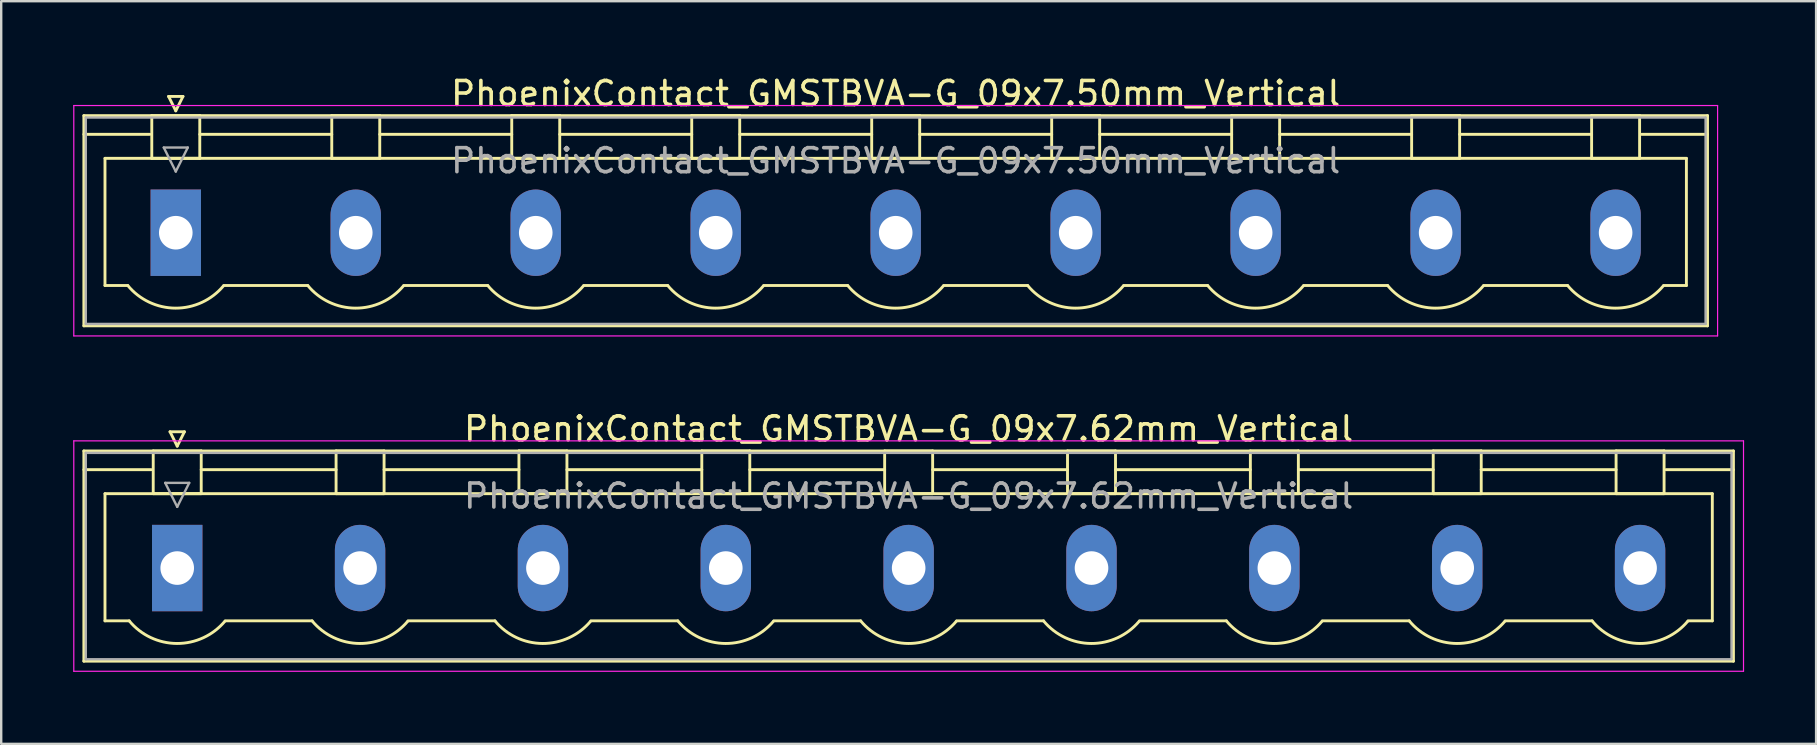
<source format=kicad_pcb>
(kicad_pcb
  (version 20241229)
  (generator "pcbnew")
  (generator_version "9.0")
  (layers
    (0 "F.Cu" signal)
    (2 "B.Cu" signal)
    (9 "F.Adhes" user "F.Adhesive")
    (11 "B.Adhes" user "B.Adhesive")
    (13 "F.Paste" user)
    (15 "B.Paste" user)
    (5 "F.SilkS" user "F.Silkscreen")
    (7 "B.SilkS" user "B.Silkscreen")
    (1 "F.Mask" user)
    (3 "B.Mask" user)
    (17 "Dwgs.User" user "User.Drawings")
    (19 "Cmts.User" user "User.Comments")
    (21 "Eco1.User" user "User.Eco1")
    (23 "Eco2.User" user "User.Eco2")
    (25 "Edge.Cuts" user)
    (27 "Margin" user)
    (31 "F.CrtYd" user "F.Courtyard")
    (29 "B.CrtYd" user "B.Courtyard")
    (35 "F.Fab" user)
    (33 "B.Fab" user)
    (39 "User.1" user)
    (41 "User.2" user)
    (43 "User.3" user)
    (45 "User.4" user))
  (footprint "PhoenixContact_GMSTBVA-G_09x7.50mm_Vertical"
    (layer "F.Cu")
    (at 4.275 6.648)
    (property "Reference" "PhoenixContact_GMSTBVA-G_09x7.50mm_Vertical" (at 30 -5.8 0) (layer "F.SilkS") (effects (font (size 1 1) (thickness 0.15))))
    (attr through_hole)
    (fp_line (start -3.83 -4.88) (end -3.83 3.88) (stroke (width 0.12) (type solid)) (layer "F.SilkS"))
    (fp_line (start -3.83 -4.1) (end -1.08 -4.1) (stroke (width 0.12) (type solid)) (layer "F.SilkS"))
    (fp_line (start -3.83 3.88) (end 63.83 3.88) (stroke (width 0.12) (type solid)) (layer "F.SilkS"))
    (fp_line (start -2.95 -3.1) (end 62.95 -3.1) (stroke (width 0.12) (type solid)) (layer "F.SilkS"))
    (fp_line (start -2.95 2.2) (end -2.95 -3.1) (stroke (width 0.12) (type solid)) (layer "F.SilkS"))
    (fp_line (start -2 2.2) (end -2.95 2.2) (stroke (width 0.12) (type solid)) (layer "F.SilkS"))
    (fp_line (start -1 -4.88) (end 1 -4.88) (stroke (width 0.12) (type solid)) (layer "F.SilkS"))
    (fp_line (start -1 -3.1) (end -1 -4.88) (stroke (width 0.12) (type solid)) (layer "F.SilkS"))
    (fp_line (start -0.3 -5.68) (end 0.3 -5.68) (stroke (width 0.12) (type solid)) (layer "F.SilkS"))
    (fp_line (start 0 -5.08) (end -0.3 -5.68) (stroke (width 0.12) (type solid)) (layer "F.SilkS"))
    (fp_line (start 0.3 -5.68) (end 0 -5.08) (stroke (width 0.12) (type solid)) (layer "F.SilkS"))
    (fp_line (start 1 -4.88) (end 1 -3.1) (stroke (width 0.12) (type solid)) (layer "F.SilkS"))
    (fp_line (start 1 -4.1) (end 6.5 -4.1) (stroke (width 0.12) (type solid)) (layer "F.SilkS"))
    (fp_line (start 1 -3.1) (end -1 -3.1) (stroke (width 0.12) (type solid)) (layer "F.SilkS"))
    (fp_line (start 2 2.2) (end 5.5 2.2) (stroke (width 0.12) (type solid)) (layer "F.SilkS"))
    (fp_line (start 6.5 -4.88) (end 8.5 -4.88) (stroke (width 0.12) (type solid)) (layer "F.SilkS"))
    (fp_line (start 6.5 -3.1) (end 6.5 -4.88) (stroke (width 0.12) (type solid)) (layer "F.SilkS"))
    (fp_line (start 8.5 -4.88) (end 8.5 -3.1) (stroke (width 0.12) (type solid)) (layer "F.SilkS"))
    (fp_line (start 8.5 -4.1) (end 14 -4.1) (stroke (width 0.12) (type solid)) (layer "F.SilkS"))
    (fp_line (start 8.5 -3.1) (end 6.5 -3.1) (stroke (width 0.12) (type solid)) (layer "F.SilkS"))
    (fp_line (start 9.5 2.2) (end 13 2.2) (stroke (width 0.12) (type solid)) (layer "F.SilkS"))
    (fp_line (start 14 -4.88) (end 16 -4.88) (stroke (width 0.12) (type solid)) (layer "F.SilkS"))
    (fp_line (start 14 -3.1) (end 14 -4.88) (stroke (width 0.12) (type solid)) (layer "F.SilkS"))
    (fp_line (start 16 -4.88) (end 16 -3.1) (stroke (width 0.12) (type solid)) (layer "F.SilkS"))
    (fp_line (start 16 -4.1) (end 21.5 -4.1) (stroke (width 0.12) (type solid)) (layer "F.SilkS"))
    (fp_line (start 16 -3.1) (end 14 -3.1) (stroke (width 0.12) (type solid)) (layer "F.SilkS"))
    (fp_line (start 17 2.2) (end 20.5 2.2) (stroke (width 0.12) (type solid)) (layer "F.SilkS"))
    (fp_line (start 21.5 -4.88) (end 23.5 -4.88) (stroke (width 0.12) (type solid)) (layer "F.SilkS"))
    (fp_line (start 21.5 -3.1) (end 21.5 -4.88) (stroke (width 0.12) (type solid)) (layer "F.SilkS"))
    (fp_line (start 23.5 -4.88) (end 23.5 -3.1) (stroke (width 0.12) (type solid)) (layer "F.SilkS"))
    (fp_line (start 23.5 -4.1) (end 29 -4.1) (stroke (width 0.12) (type solid)) (layer "F.SilkS"))
    (fp_line (start 23.5 -3.1) (end 21.5 -3.1) (stroke (width 0.12) (type solid)) (layer "F.SilkS"))
    (fp_line (start 24.5 2.2) (end 28 2.2) (stroke (width 0.12) (type solid)) (layer "F.SilkS"))
    (fp_line (start 29 -4.88) (end 31 -4.88) (stroke (width 0.12) (type solid)) (layer "F.SilkS"))
    (fp_line (start 29 -3.1) (end 29 -4.88) (stroke (width 0.12) (type solid)) (layer "F.SilkS"))
    (fp_line (start 31 -4.88) (end 31 -3.1) (stroke (width 0.12) (type solid)) (layer "F.SilkS"))
    (fp_line (start 31 -4.1) (end 36.5 -4.1) (stroke (width 0.12) (type solid)) (layer "F.SilkS"))
    (fp_line (start 31 -3.1) (end 29 -3.1) (stroke (width 0.12) (type solid)) (layer "F.SilkS"))
    (fp_line (start 32 2.2) (end 35.5 2.2) (stroke (width 0.12) (type solid)) (layer "F.SilkS"))
    (fp_line (start 36.5 -4.88) (end 38.5 -4.88) (stroke (width 0.12) (type solid)) (layer "F.SilkS"))
    (fp_line (start 36.5 -3.1) (end 36.5 -4.88) (stroke (width 0.12) (type solid)) (layer "F.SilkS"))
    (fp_line (start 38.5 -4.88) (end 38.5 -3.1) (stroke (width 0.12) (type solid)) (layer "F.SilkS"))
    (fp_line (start 38.5 -4.1) (end 44 -4.1) (stroke (width 0.12) (type solid)) (layer "F.SilkS"))
    (fp_line (start 38.5 -3.1) (end 36.5 -3.1) (stroke (width 0.12) (type solid)) (layer "F.SilkS"))
    (fp_line (start 39.5 2.2) (end 43 2.2) (stroke (width 0.12) (type solid)) (layer "F.SilkS"))
    (fp_line (start 44 -4.88) (end 46 -4.88) (stroke (width 0.12) (type solid)) (layer "F.SilkS"))
    (fp_line (start 44 -3.1) (end 44 -4.88) (stroke (width 0.12) (type solid)) (layer "F.SilkS"))
    (fp_line (start 46 -4.88) (end 46 -3.1) (stroke (width 0.12) (type solid)) (layer "F.SilkS"))
    (fp_line (start 46 -4.1) (end 51.5 -4.1) (stroke (width 0.12) (type solid)) (layer "F.SilkS"))
    (fp_line (start 46 -3.1) (end 44 -3.1) (stroke (width 0.12) (type solid)) (layer "F.SilkS"))
    (fp_line (start 47 2.2) (end 50.5 2.2) (stroke (width 0.12) (type solid)) (layer "F.SilkS"))
    (fp_line (start 51.5 -4.88) (end 53.5 -4.88) (stroke (width 0.12) (type solid)) (layer "F.SilkS"))
    (fp_line (start 51.5 -3.1) (end 51.5 -4.88) (stroke (width 0.12) (type solid)) (layer "F.SilkS"))
    (fp_line (start 53.5 -4.88) (end 53.5 -3.1) (stroke (width 0.12) (type solid)) (layer "F.SilkS"))
    (fp_line (start 53.5 -4.1) (end 59 -4.1) (stroke (width 0.12) (type solid)) (layer "F.SilkS"))
    (fp_line (start 53.5 -3.1) (end 51.5 -3.1) (stroke (width 0.12) (type solid)) (layer "F.SilkS"))
    (fp_line (start 54.5 2.2) (end 58 2.2) (stroke (width 0.12) (type solid)) (layer "F.SilkS"))
    (fp_line (start 59 -4.88) (end 61 -4.88) (stroke (width 0.12) (type solid)) (layer "F.SilkS"))
    (fp_line (start 59 -3.1) (end 59 -4.88) (stroke (width 0.12) (type solid)) (layer "F.SilkS"))
    (fp_line (start 61 -4.88) (end 61 -3.1) (stroke (width 0.12) (type solid)) (layer "F.SilkS"))
    (fp_line (start 61 -3.1) (end 59 -3.1) (stroke (width 0.12) (type solid)) (layer "F.SilkS"))
    (fp_line (start 62.95 -3.1) (end 62.95 2.2) (stroke (width 0.12) (type solid)) (layer "F.SilkS"))
    (fp_line (start 62.95 2.2) (end 62 2.2) (stroke (width 0.12) (type solid)) (layer "F.SilkS"))
    (fp_line (start 63.83 -4.88) (end -3.83 -4.88) (stroke (width 0.12) (type solid)) (layer "F.SilkS"))
    (fp_line (start 63.83 -4.1) (end 61.08 -4.1) (stroke (width 0.12) (type solid)) (layer "F.SilkS"))
    (fp_line (start 63.83 3.88) (end 63.83 -4.88) (stroke (width 0.12) (type solid)) (layer "F.SilkS"))
    (fp_arc (start 1.986842 2.215821) (mid -0.010289 3.142758) (end -2 2.2) (stroke (width 0.12) (type solid)) (layer "F.SilkS"))
    (fp_arc (start 9.486842 2.215821) (mid 7.489711 3.142758) (end 5.5 2.2) (stroke (width 0.12) (type solid)) (layer "F.SilkS"))
    (fp_arc (start 16.986842 2.215821) (mid 14.989711 3.142758) (end 13 2.2) (stroke (width 0.12) (type solid)) (layer "F.SilkS"))
    (fp_arc (start 24.486842 2.215821) (mid 22.489711 3.142758) (end 20.5 2.2) (stroke (width 0.12) (type solid)) (layer "F.SilkS"))
    (fp_arc (start 31.986842 2.215821) (mid 29.989711 3.142758) (end 28 2.2) (stroke (width 0.12) (type solid)) (layer "F.SilkS"))
    (fp_arc (start 39.486842 2.215821) (mid 37.489711 3.142758) (end 35.5 2.2) (stroke (width 0.12) (type solid)) (layer "F.SilkS"))
    (fp_arc (start 46.986842 2.215821) (mid 44.989711 3.142758) (end 43 2.2) (stroke (width 0.12) (type solid)) (layer "F.SilkS"))
    (fp_arc (start 54.486842 2.215821) (mid 52.489711 3.142758) (end 50.5 2.2) (stroke (width 0.12) (type solid)) (layer "F.SilkS"))
    (fp_arc (start 61.986842 2.215821) (mid 59.989711 3.142758) (end 58 2.2) (stroke (width 0.12) (type solid)) (layer "F.SilkS"))
    (fp_line (start -4.25 -5.3) (end -4.25 4.3) (stroke (width 0.05) (type solid)) (layer "F.CrtYd"))
    (fp_line (start -4.25 4.3) (end 64.25 4.3) (stroke (width 0.05) (type solid)) (layer "F.CrtYd"))
    (fp_line (start 64.25 -5.3) (end -4.25 -5.3) (stroke (width 0.05) (type solid)) (layer "F.CrtYd"))
    (fp_line (start 64.25 4.3) (end 64.25 -5.3) (stroke (width 0.05) (type solid)) (layer "F.CrtYd"))
    (fp_line (start -3.75 -4.8) (end -3.75 3.8) (stroke (width 0.1) (type solid)) (layer "F.Fab"))
    (fp_line (start -3.75 3.8) (end 63.75 3.8) (stroke (width 0.1) (type solid)) (layer "F.Fab"))
    (fp_line (start -0.5 -3.55) (end 0.5 -3.55) (stroke (width 0.1) (type solid)) (layer "F.Fab"))
    (fp_line (start 0 -2.55) (end -0.5 -3.55) (stroke (width 0.1) (type solid)) (layer "F.Fab"))
    (fp_line (start 0.5 -3.55) (end 0 -2.55) (stroke (width 0.1) (type solid)) (layer "F.Fab"))
    (fp_line (start 63.75 -4.8) (end -3.75 -4.8) (stroke (width 0.1) (type solid)) (layer "F.Fab"))
    (fp_line (start 63.75 3.8) (end 63.75 -4.8) (stroke (width 0.1) (type solid)) (layer "F.Fab"))
    (fp_text user "${REFERENCE}" (at 30 -3 0) (layer "F.Fab") (effects (font (size 1 1) (thickness 0.15))))
    (pad "1" thru_hole rect (at 0 0) (size 2.1 3.6) (drill 1.4) (layers "*.Cu" "*.Mask"))
    (pad "2" thru_hole oval (at 7.5 0) (size 2.1 3.6) (drill 1.4) (layers "*.Cu" "*.Mask"))
    (pad "3" thru_hole oval (at 15 0) (size 2.1 3.6) (drill 1.4) (layers "*.Cu" "*.Mask"))
    (pad "4" thru_hole oval (at 22.5 0) (size 2.1 3.6) (drill 1.4) (layers "*.Cu" "*.Mask"))
    (pad "5" thru_hole oval (at 30 0) (size 2.1 3.6) (drill 1.4) (layers "*.Cu" "*.Mask"))
    (pad "6" thru_hole oval (at 37.5 0) (size 2.1 3.6) (drill 1.4) (layers "*.Cu" "*.Mask"))
    (pad "7" thru_hole oval (at 45 0) (size 2.1 3.6) (drill 1.4) (layers "*.Cu" "*.Mask"))
    (pad "8" thru_hole oval (at 52.5 0) (size 2.1 3.6) (drill 1.4) (layers "*.Cu" "*.Mask"))
    (pad "9" thru_hole oval (at 60 0) (size 2.1 3.6) (drill 1.4) (layers "*.Cu" "*.Mask")))
  (footprint "PhoenixContact_GMSTBVA-G_09x7.62mm_Vertical"
    (layer "F.Cu")
    (at 4.335 20.622)
    (property "Reference" "PhoenixContact_GMSTBVA-G_09x7.62mm_Vertical" (at 30.48 -5.8 0) (layer "F.SilkS") (effects (font (size 1 1) (thickness 0.15))))
    (attr through_hole)
    (fp_line (start -3.89 -4.88) (end -3.89 3.88) (stroke (width 0.12) (type solid)) (layer "F.SilkS"))
    (fp_line (start -3.89 -4.1) (end -1.08 -4.1) (stroke (width 0.12) (type solid)) (layer "F.SilkS"))
    (fp_line (start -3.89 3.88) (end 64.85 3.88) (stroke (width 0.12) (type solid)) (layer "F.SilkS"))
    (fp_line (start -3.01 -3.1) (end 63.97 -3.1) (stroke (width 0.12) (type solid)) (layer "F.SilkS"))
    (fp_line (start -3.01 2.2) (end -3.01 -3.1) (stroke (width 0.12) (type solid)) (layer "F.SilkS"))
    (fp_line (start -2 2.2) (end -3.01 2.2) (stroke (width 0.12) (type solid)) (layer "F.SilkS"))
    (fp_line (start -1 -4.88) (end 1 -4.88) (stroke (width 0.12) (type solid)) (layer "F.SilkS"))
    (fp_line (start -1 -3.1) (end -1 -4.88) (stroke (width 0.12) (type solid)) (layer "F.SilkS"))
    (fp_line (start -0.3 -5.68) (end 0.3 -5.68) (stroke (width 0.12) (type solid)) (layer "F.SilkS"))
    (fp_line (start 0 -5.08) (end -0.3 -5.68) (stroke (width 0.12) (type solid)) (layer "F.SilkS"))
    (fp_line (start 0.3 -5.68) (end 0 -5.08) (stroke (width 0.12) (type solid)) (layer "F.SilkS"))
    (fp_line (start 1 -4.88) (end 1 -3.1) (stroke (width 0.12) (type solid)) (layer "F.SilkS"))
    (fp_line (start 1 -4.1) (end 6.62 -4.1) (stroke (width 0.12) (type solid)) (layer "F.SilkS"))
    (fp_line (start 1 -3.1) (end -1 -3.1) (stroke (width 0.12) (type solid)) (layer "F.SilkS"))
    (fp_line (start 2 2.2) (end 5.62 2.2) (stroke (width 0.12) (type solid)) (layer "F.SilkS"))
    (fp_line (start 6.62 -4.88) (end 8.62 -4.88) (stroke (width 0.12) (type solid)) (layer "F.SilkS"))
    (fp_line (start 6.62 -3.1) (end 6.62 -4.88) (stroke (width 0.12) (type solid)) (layer "F.SilkS"))
    (fp_line (start 8.62 -4.88) (end 8.62 -3.1) (stroke (width 0.12) (type solid)) (layer "F.SilkS"))
    (fp_line (start 8.62 -4.1) (end 14.24 -4.1) (stroke (width 0.12) (type solid)) (layer "F.SilkS"))
    (fp_line (start 8.62 -3.1) (end 6.62 -3.1) (stroke (width 0.12) (type solid)) (layer "F.SilkS"))
    (fp_line (start 9.62 2.2) (end 13.24 2.2) (stroke (width 0.12) (type solid)) (layer "F.SilkS"))
    (fp_line (start 14.24 -4.88) (end 16.24 -4.88) (stroke (width 0.12) (type solid)) (layer "F.SilkS"))
    (fp_line (start 14.24 -3.1) (end 14.24 -4.88) (stroke (width 0.12) (type solid)) (layer "F.SilkS"))
    (fp_line (start 16.24 -4.88) (end 16.24 -3.1) (stroke (width 0.12) (type solid)) (layer "F.SilkS"))
    (fp_line (start 16.24 -4.1) (end 21.86 -4.1) (stroke (width 0.12) (type solid)) (layer "F.SilkS"))
    (fp_line (start 16.24 -3.1) (end 14.24 -3.1) (stroke (width 0.12) (type solid)) (layer "F.SilkS"))
    (fp_line (start 17.24 2.2) (end 20.86 2.2) (stroke (width 0.12) (type solid)) (layer "F.SilkS"))
    (fp_line (start 21.86 -4.88) (end 23.86 -4.88) (stroke (width 0.12) (type solid)) (layer "F.SilkS"))
    (fp_line (start 21.86 -3.1) (end 21.86 -4.88) (stroke (width 0.12) (type solid)) (layer "F.SilkS"))
    (fp_line (start 23.86 -4.88) (end 23.86 -3.1) (stroke (width 0.12) (type solid)) (layer "F.SilkS"))
    (fp_line (start 23.86 -4.1) (end 29.48 -4.1) (stroke (width 0.12) (type solid)) (layer "F.SilkS"))
    (fp_line (start 23.86 -3.1) (end 21.86 -3.1) (stroke (width 0.12) (type solid)) (layer "F.SilkS"))
    (fp_line (start 24.86 2.2) (end 28.48 2.2) (stroke (width 0.12) (type solid)) (layer "F.SilkS"))
    (fp_line (start 29.48 -4.88) (end 31.48 -4.88) (stroke (width 0.12) (type solid)) (layer "F.SilkS"))
    (fp_line (start 29.48 -3.1) (end 29.48 -4.88) (stroke (width 0.12) (type solid)) (layer "F.SilkS"))
    (fp_line (start 31.48 -4.88) (end 31.48 -3.1) (stroke (width 0.12) (type solid)) (layer "F.SilkS"))
    (fp_line (start 31.48 -4.1) (end 37.1 -4.1) (stroke (width 0.12) (type solid)) (layer "F.SilkS"))
    (fp_line (start 31.48 -3.1) (end 29.48 -3.1) (stroke (width 0.12) (type solid)) (layer "F.SilkS"))
    (fp_line (start 32.48 2.2) (end 36.1 2.2) (stroke (width 0.12) (type solid)) (layer "F.SilkS"))
    (fp_line (start 37.1 -4.88) (end 39.1 -4.88) (stroke (width 0.12) (type solid)) (layer "F.SilkS"))
    (fp_line (start 37.1 -3.1) (end 37.1 -4.88) (stroke (width 0.12) (type solid)) (layer "F.SilkS"))
    (fp_line (start 39.1 -4.88) (end 39.1 -3.1) (stroke (width 0.12) (type solid)) (layer "F.SilkS"))
    (fp_line (start 39.1 -4.1) (end 44.72 -4.1) (stroke (width 0.12) (type solid)) (layer "F.SilkS"))
    (fp_line (start 39.1 -3.1) (end 37.1 -3.1) (stroke (width 0.12) (type solid)) (layer "F.SilkS"))
    (fp_line (start 40.1 2.2) (end 43.72 2.2) (stroke (width 0.12) (type solid)) (layer "F.SilkS"))
    (fp_line (start 44.72 -4.88) (end 46.72 -4.88) (stroke (width 0.12) (type solid)) (layer "F.SilkS"))
    (fp_line (start 44.72 -3.1) (end 44.72 -4.88) (stroke (width 0.12) (type solid)) (layer "F.SilkS"))
    (fp_line (start 46.72 -4.88) (end 46.72 -3.1) (stroke (width 0.12) (type solid)) (layer "F.SilkS"))
    (fp_line (start 46.72 -4.1) (end 52.34 -4.1) (stroke (width 0.12) (type solid)) (layer "F.SilkS"))
    (fp_line (start 46.72 -3.1) (end 44.72 -3.1) (stroke (width 0.12) (type solid)) (layer "F.SilkS"))
    (fp_line (start 47.72 2.2) (end 51.34 2.2) (stroke (width 0.12) (type solid)) (layer "F.SilkS"))
    (fp_line (start 52.34 -4.88) (end 54.34 -4.88) (stroke (width 0.12) (type solid)) (layer "F.SilkS"))
    (fp_line (start 52.34 -3.1) (end 52.34 -4.88) (stroke (width 0.12) (type solid)) (layer "F.SilkS"))
    (fp_line (start 54.34 -4.88) (end 54.34 -3.1) (stroke (width 0.12) (type solid)) (layer "F.SilkS"))
    (fp_line (start 54.34 -4.1) (end 59.96 -4.1) (stroke (width 0.12) (type solid)) (layer "F.SilkS"))
    (fp_line (start 54.34 -3.1) (end 52.34 -3.1) (stroke (width 0.12) (type solid)) (layer "F.SilkS"))
    (fp_line (start 55.34 2.2) (end 58.96 2.2) (stroke (width 0.12) (type solid)) (layer "F.SilkS"))
    (fp_line (start 59.96 -4.88) (end 61.96 -4.88) (stroke (width 0.12) (type solid)) (layer "F.SilkS"))
    (fp_line (start 59.96 -3.1) (end 59.96 -4.88) (stroke (width 0.12) (type solid)) (layer "F.SilkS"))
    (fp_line (start 61.96 -4.88) (end 61.96 -3.1) (stroke (width 0.12) (type solid)) (layer "F.SilkS"))
    (fp_line (start 61.96 -3.1) (end 59.96 -3.1) (stroke (width 0.12) (type solid)) (layer "F.SilkS"))
    (fp_line (start 63.97 -3.1) (end 63.97 2.2) (stroke (width 0.12) (type solid)) (layer "F.SilkS"))
    (fp_line (start 63.97 2.2) (end 62.96 2.2) (stroke (width 0.12) (type solid)) (layer "F.SilkS"))
    (fp_line (start 64.85 -4.88) (end -3.89 -4.88) (stroke (width 0.12) (type solid)) (layer "F.SilkS"))
    (fp_line (start 64.85 -4.1) (end 62.04 -4.1) (stroke (width 0.12) (type solid)) (layer "F.SilkS"))
    (fp_line (start 64.85 3.88) (end 64.85 -4.88) (stroke (width 0.12) (type solid)) (layer "F.SilkS"))
    (fp_arc (start 1.986842 2.215821) (mid -0.010289 3.142758) (end -2 2.2) (stroke (width 0.12) (type solid)) (layer "F.SilkS"))
    (fp_arc (start 9.606842 2.215821) (mid 7.609711 3.142758) (end 5.62 2.2) (stroke (width 0.12) (type solid)) (layer "F.SilkS"))
    (fp_arc (start 17.226842 2.215821) (mid 15.229711 3.142758) (end 13.24 2.2) (stroke (width 0.12) (type solid)) (layer "F.SilkS"))
    (fp_arc (start 24.846842 2.215821) (mid 22.849711 3.142758) (end 20.86 2.2) (stroke (width 0.12) (type solid)) (layer "F.SilkS"))
    (fp_arc (start 32.466842 2.215821) (mid 30.469711 3.142758) (end 28.48 2.2) (stroke (width 0.12) (type solid)) (layer "F.SilkS"))
    (fp_arc (start 40.086842 2.215821) (mid 38.089711 3.142758) (end 36.1 2.2) (stroke (width 0.12) (type solid)) (layer "F.SilkS"))
    (fp_arc (start 47.706842 2.215821) (mid 45.709711 3.142758) (end 43.72 2.2) (stroke (width 0.12) (type solid)) (layer "F.SilkS"))
    (fp_arc (start 55.326842 2.215821) (mid 53.329711 3.142758) (end 51.34 2.2) (stroke (width 0.12) (type solid)) (layer "F.SilkS"))
    (fp_arc (start 62.946842 2.215821) (mid 60.949711 3.142758) (end 58.96 2.2) (stroke (width 0.12) (type solid)) (layer "F.SilkS"))
    (fp_line (start -4.31 -5.3) (end -4.31 4.3) (stroke (width 0.05) (type solid)) (layer "F.CrtYd"))
    (fp_line (start -4.31 4.3) (end 65.27 4.3) (stroke (width 0.05) (type solid)) (layer "F.CrtYd"))
    (fp_line (start 65.27 -5.3) (end -4.31 -5.3) (stroke (width 0.05) (type solid)) (layer "F.CrtYd"))
    (fp_line (start 65.27 4.3) (end 65.27 -5.3) (stroke (width 0.05) (type solid)) (layer "F.CrtYd"))
    (fp_line (start -3.81 -4.8) (end -3.81 3.8) (stroke (width 0.1) (type solid)) (layer "F.Fab"))
    (fp_line (start -3.81 3.8) (end 64.77 3.8) (stroke (width 0.1) (type solid)) (layer "F.Fab"))
    (fp_line (start -0.5 -3.55) (end 0.5 -3.55) (stroke (width 0.1) (type solid)) (layer "F.Fab"))
    (fp_line (start 0 -2.55) (end -0.5 -3.55) (stroke (width 0.1) (type solid)) (layer "F.Fab"))
    (fp_line (start 0.5 -3.55) (end 0 -2.55) (stroke (width 0.1) (type solid)) (layer "F.Fab"))
    (fp_line (start 64.77 -4.8) (end -3.81 -4.8) (stroke (width 0.1) (type solid)) (layer "F.Fab"))
    (fp_line (start 64.77 3.8) (end 64.77 -4.8) (stroke (width 0.1) (type solid)) (layer "F.Fab"))
    (fp_text user "${REFERENCE}" (at 30.48 -3 0) (layer "F.Fab") (effects (font (size 1 1) (thickness 0.15))))
    (pad "1" thru_hole rect (at 0 0) (size 2.1 3.6) (drill 1.4) (layers "*.Cu" "*.Mask"))
    (pad "2" thru_hole oval (at 7.62 0) (size 2.1 3.6) (drill 1.4) (layers "*.Cu" "*.Mask"))
    (pad "3" thru_hole oval (at 15.24 0) (size 2.1 3.6) (drill 1.4) (layers "*.Cu" "*.Mask"))
    (pad "4" thru_hole oval (at 22.86 0) (size 2.1 3.6) (drill 1.4) (layers "*.Cu" "*.Mask"))
    (pad "5" thru_hole oval (at 30.48 0) (size 2.1 3.6) (drill 1.4) (layers "*.Cu" "*.Mask"))
    (pad "6" thru_hole oval (at 38.1 0) (size 2.1 3.6) (drill 1.4) (layers "*.Cu" "*.Mask"))
    (pad "7" thru_hole oval (at 45.72 0) (size 2.1 3.6) (drill 1.4) (layers "*.Cu" "*.Mask"))
    (pad "8" thru_hole oval (at 53.34 0) (size 2.1 3.6) (drill 1.4) (layers "*.Cu" "*.Mask"))
    (pad "9" thru_hole oval (at 60.96 0) (size 2.1 3.6) (drill 1.4) (layers "*.Cu" "*.Mask")))
  (gr_rect
    (start -3 -3)
    (end 72.63 27.947)
    (stroke (width 0.1) (type default))
    (fill no)
    (layer "Edge.Cuts")))
</source>
